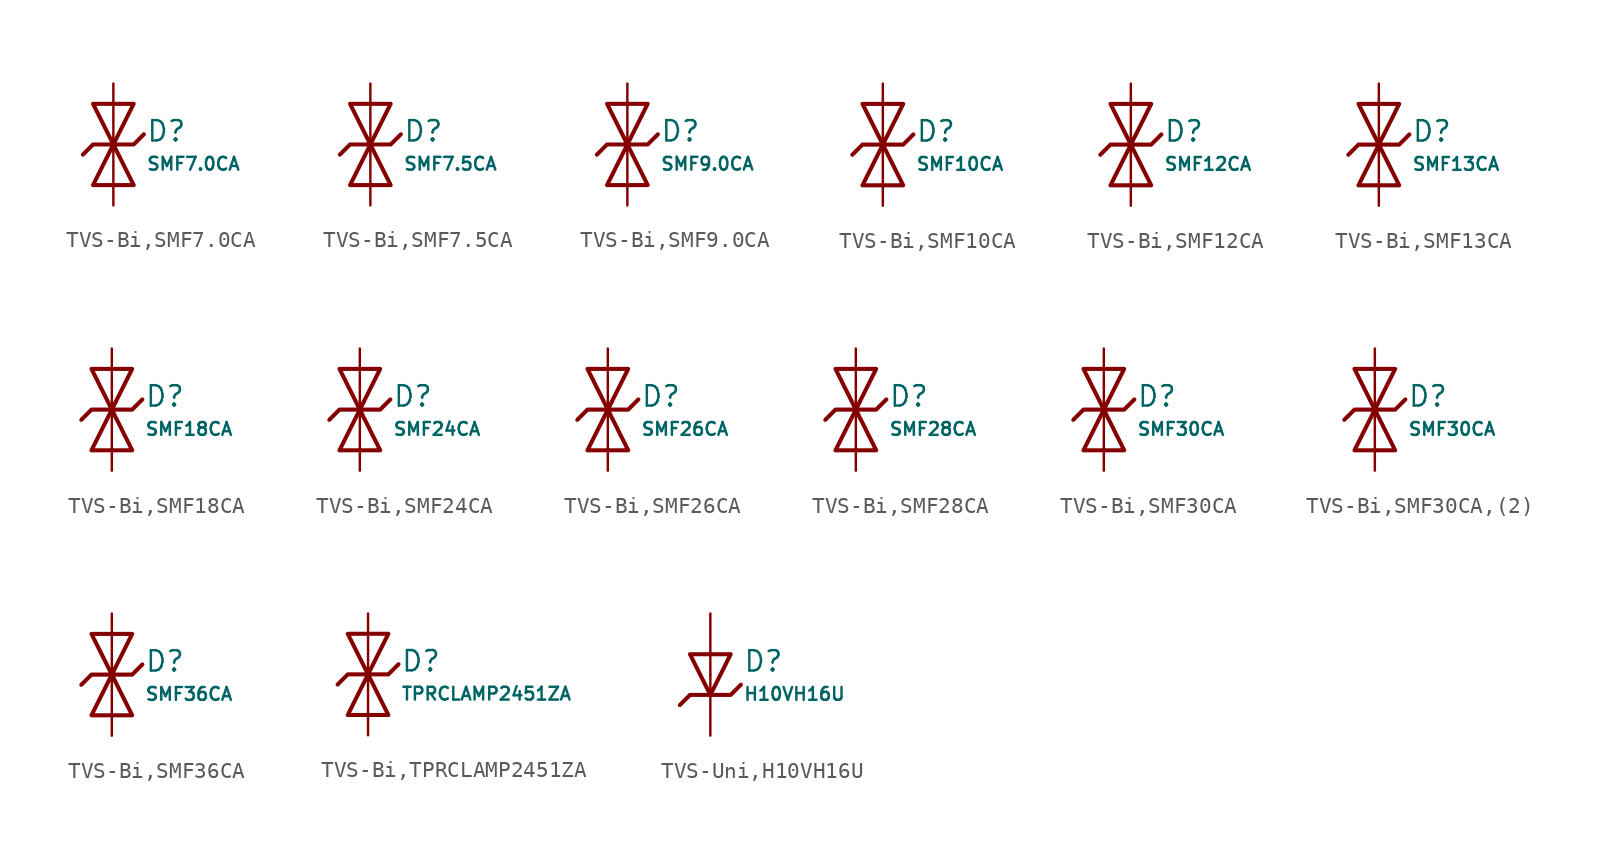
<source format=kicad_sym>
(kicad_symbol_lib
  (version 20231120)
  (generator "CDFER")
  (generator_version "8.0")
  (symbol "TVS-Bi,SMF7.0CA"
    (pin_numbers hide)
    (pin_names
      (offset 0))
    (property "Reference" "D"
      (at 2.032 0.834 0)
      (effects (font (size 1.27 1.27)) (justify left)))
    (property "Value" "SMF7.0CA"
      (at 2.032 -1.212 0)
      (effects (font (size 0.8 0.8)) (justify left)))
    (symbol "TVS-Bi,SMF7.0CA_0_1"
      (polyline (pts (xy -1.27 2.54) (xy 0 0) (xy 1.27 2.54) (xy -1.27 2.54)) (stroke (width 0.254) (type default)) (fill (type none))))
    (symbol "TVS-Bi,SMF7.0CA_0_1"
      (polyline (pts (xy 1.27 -2.54) (xy 0 0) (xy -1.27 -2.54) (xy 1.27 -2.54)) (stroke (width 0.254) (type default)) (fill (type none))))
    (symbol "TVS-Bi,SMF7.0CA_0_1"
      (polyline (pts (xy -1.905 -0.635) (xy -1.27 0) (xy 1.27 0) (xy 1.905 0.635)) (stroke (width 0.254) (type default)) (fill (type none))))
    (symbol "TVS-Bi,SMF7.0CA_1_1"
      (pin passive line (at 0 3.81 270) (length 3.81) (name "~" (effects (font (size 1.27 1.27)))) (number "2" (effects (font (size 1.27 1.27)))))
      (pin passive line (at 0 -3.81 90) (length 3.81) (name "~" (effects (font (size 1.27 1.27)))) (number "1" (effects (font (size 1.27 1.27)))))))
  (symbol "TVS-Bi,SMF7.5CA"
    (pin_numbers hide)
    (pin_names
      (offset 0))
    (property "Reference" "D"
      (at 2.032 0.834 0)
      (effects (font (size 1.27 1.27)) (justify left)))
    (property "Value" "SMF7.5CA"
      (at 2.032 -1.212 0)
      (effects (font (size 0.8 0.8)) (justify left)))
    (symbol "TVS-Bi,SMF7.5CA_0_1"
      (polyline (pts (xy -1.27 2.54) (xy 0 0) (xy 1.27 2.54) (xy -1.27 2.54)) (stroke (width 0.254) (type default)) (fill (type none))))
    (symbol "TVS-Bi,SMF7.5CA_0_1"
      (polyline (pts (xy 1.27 -2.54) (xy 0 0) (xy -1.27 -2.54) (xy 1.27 -2.54)) (stroke (width 0.254) (type default)) (fill (type none))))
    (symbol "TVS-Bi,SMF7.5CA_0_1"
      (polyline (pts (xy -1.905 -0.635) (xy -1.27 0) (xy 1.27 0) (xy 1.905 0.635)) (stroke (width 0.254) (type default)) (fill (type none))))
    (symbol "TVS-Bi,SMF7.5CA_1_1"
      (pin passive line (at 0 3.81 270) (length 3.81) (name "~" (effects (font (size 1.27 1.27)))) (number "2" (effects (font (size 1.27 1.27)))))
      (pin passive line (at 0 -3.81 90) (length 3.81) (name "~" (effects (font (size 1.27 1.27)))) (number "1" (effects (font (size 1.27 1.27)))))))
  (symbol "TVS-Bi,SMF9.0CA"
    (pin_numbers hide)
    (pin_names
      (offset 0))
    (property "Reference" "D"
      (at 2.032 0.834 0)
      (effects (font (size 1.27 1.27)) (justify left)))
    (property "Value" "SMF9.0CA"
      (at 2.032 -1.212 0)
      (effects (font (size 0.8 0.8)) (justify left)))
    (symbol "TVS-Bi,SMF9.0CA_0_1"
      (polyline (pts (xy -1.27 2.54) (xy 0 0) (xy 1.27 2.54) (xy -1.27 2.54)) (stroke (width 0.254) (type default)) (fill (type none))))
    (symbol "TVS-Bi,SMF9.0CA_0_1"
      (polyline (pts (xy 1.27 -2.54) (xy 0 0) (xy -1.27 -2.54) (xy 1.27 -2.54)) (stroke (width 0.254) (type default)) (fill (type none))))
    (symbol "TVS-Bi,SMF9.0CA_0_1"
      (polyline (pts (xy -1.905 -0.635) (xy -1.27 0) (xy 1.27 0) (xy 1.905 0.635)) (stroke (width 0.254) (type default)) (fill (type none))))
    (symbol "TVS-Bi,SMF9.0CA_1_1"
      (pin passive line (at 0 3.81 270) (length 3.81) (name "~" (effects (font (size 1.27 1.27)))) (number "2" (effects (font (size 1.27 1.27)))))
      (pin passive line (at 0 -3.81 90) (length 3.81) (name "~" (effects (font (size 1.27 1.27)))) (number "1" (effects (font (size 1.27 1.27)))))))
  (symbol "TVS-Bi,SMF10CA"
    (pin_numbers hide)
    (pin_names
      (offset 0))
    (property "Reference" "D"
      (at 2.032 0.834 0)
      (effects (font (size 1.27 1.27)) (justify left)))
    (property "Value" "SMF10CA"
      (at 2.032 -1.212 0)
      (effects (font (size 0.8 0.8)) (justify left)))
    (symbol "TVS-Bi,SMF10CA_0_1"
      (polyline (pts (xy -1.27 2.54) (xy 0 0) (xy 1.27 2.54) (xy -1.27 2.54)) (stroke (width 0.254) (type default)) (fill (type none))))
    (symbol "TVS-Bi,SMF10CA_0_1"
      (polyline (pts (xy 1.27 -2.54) (xy 0 0) (xy -1.27 -2.54) (xy 1.27 -2.54)) (stroke (width 0.254) (type default)) (fill (type none))))
    (symbol "TVS-Bi,SMF10CA_0_1"
      (polyline (pts (xy -1.905 -0.635) (xy -1.27 0) (xy 1.27 0) (xy 1.905 0.635)) (stroke (width 0.254) (type default)) (fill (type none))))
    (symbol "TVS-Bi,SMF10CA_1_1"
      (pin passive line (at 0 3.81 270) (length 3.81) (name "~" (effects (font (size 1.27 1.27)))) (number "2" (effects (font (size 1.27 1.27)))))
      (pin passive line (at 0 -3.81 90) (length 3.81) (name "~" (effects (font (size 1.27 1.27)))) (number "1" (effects (font (size 1.27 1.27)))))))
  (symbol "TVS-Bi,SMF12CA"
    (pin_numbers hide)
    (pin_names
      (offset 0))
    (property "Reference" "D"
      (at 2.032 0.834 0)
      (effects (font (size 1.27 1.27)) (justify left)))
    (property "Value" "SMF12CA"
      (at 2.032 -1.212 0)
      (effects (font (size 0.8 0.8)) (justify left)))
    (symbol "TVS-Bi,SMF12CA_0_1"
      (polyline (pts (xy -1.27 2.54) (xy 0 0) (xy 1.27 2.54) (xy -1.27 2.54)) (stroke (width 0.254) (type default)) (fill (type none))))
    (symbol "TVS-Bi,SMF12CA_0_1"
      (polyline (pts (xy 1.27 -2.54) (xy 0 0) (xy -1.27 -2.54) (xy 1.27 -2.54)) (stroke (width 0.254) (type default)) (fill (type none))))
    (symbol "TVS-Bi,SMF12CA_0_1"
      (polyline (pts (xy -1.905 -0.635) (xy -1.27 0) (xy 1.27 0) (xy 1.905 0.635)) (stroke (width 0.254) (type default)) (fill (type none))))
    (symbol "TVS-Bi,SMF12CA_1_1"
      (pin passive line (at 0 3.81 270) (length 3.81) (name "~" (effects (font (size 1.27 1.27)))) (number "2" (effects (font (size 1.27 1.27)))))
      (pin passive line (at 0 -3.81 90) (length 3.81) (name "~" (effects (font (size 1.27 1.27)))) (number "1" (effects (font (size 1.27 1.27)))))))
  (symbol "TVS-Bi,SMF13CA"
    (pin_numbers hide)
    (pin_names
      (offset 0))
    (property "Reference" "D"
      (at 2.032 0.834 0)
      (effects (font (size 1.27 1.27)) (justify left)))
    (property "Value" "SMF13CA"
      (at 2.032 -1.212 0)
      (effects (font (size 0.8 0.8)) (justify left)))
    (symbol "TVS-Bi,SMF13CA_0_1"
      (polyline (pts (xy -1.27 2.54) (xy 0 0) (xy 1.27 2.54) (xy -1.27 2.54)) (stroke (width 0.254) (type default)) (fill (type none))))
    (symbol "TVS-Bi,SMF13CA_0_1"
      (polyline (pts (xy 1.27 -2.54) (xy 0 0) (xy -1.27 -2.54) (xy 1.27 -2.54)) (stroke (width 0.254) (type default)) (fill (type none))))
    (symbol "TVS-Bi,SMF13CA_0_1"
      (polyline (pts (xy -1.905 -0.635) (xy -1.27 0) (xy 1.27 0) (xy 1.905 0.635)) (stroke (width 0.254) (type default)) (fill (type none))))
    (symbol "TVS-Bi,SMF13CA_1_1"
      (pin passive line (at 0 3.81 270) (length 3.81) (name "~" (effects (font (size 1.27 1.27)))) (number "2" (effects (font (size 1.27 1.27)))))
      (pin passive line (at 0 -3.81 90) (length 3.81) (name "~" (effects (font (size 1.27 1.27)))) (number "1" (effects (font (size 1.27 1.27)))))))
  (symbol "TVS-Bi,SMF18CA"
    (pin_numbers hide)
    (pin_names
      (offset 0))
    (property "Reference" "D"
      (at 2.032 0.834 0)
      (effects (font (size 1.27 1.27)) (justify left)))
    (property "Value" "SMF18CA"
      (at 2.032 -1.212 0)
      (effects (font (size 0.8 0.8)) (justify left)))
    (symbol "TVS-Bi,SMF18CA_0_1"
      (polyline (pts (xy -1.27 2.54) (xy 0 0) (xy 1.27 2.54) (xy -1.27 2.54)) (stroke (width 0.254) (type default)) (fill (type none))))
    (symbol "TVS-Bi,SMF18CA_0_1"
      (polyline (pts (xy 1.27 -2.54) (xy 0 0) (xy -1.27 -2.54) (xy 1.27 -2.54)) (stroke (width 0.254) (type default)) (fill (type none))))
    (symbol "TVS-Bi,SMF18CA_0_1"
      (polyline (pts (xy -1.905 -0.635) (xy -1.27 0) (xy 1.27 0) (xy 1.905 0.635)) (stroke (width 0.254) (type default)) (fill (type none))))
    (symbol "TVS-Bi,SMF18CA_1_1"
      (pin passive line (at 0 3.81 270) (length 3.81) (name "~" (effects (font (size 1.27 1.27)))) (number "2" (effects (font (size 1.27 1.27)))))
      (pin passive line (at 0 -3.81 90) (length 3.81) (name "~" (effects (font (size 1.27 1.27)))) (number "1" (effects (font (size 1.27 1.27)))))))
  (symbol "TVS-Bi,SMF24CA"
    (pin_numbers hide)
    (pin_names
      (offset 0))
    (property "Reference" "D"
      (at 2.032 0.834 0)
      (effects (font (size 1.27 1.27)) (justify left)))
    (property "Value" "SMF24CA"
      (at 2.032 -1.212 0)
      (effects (font (size 0.8 0.8)) (justify left)))
    (symbol "TVS-Bi,SMF24CA_0_1"
      (polyline (pts (xy -1.27 2.54) (xy 0 0) (xy 1.27 2.54) (xy -1.27 2.54)) (stroke (width 0.254) (type default)) (fill (type none))))
    (symbol "TVS-Bi,SMF24CA_0_1"
      (polyline (pts (xy 1.27 -2.54) (xy 0 0) (xy -1.27 -2.54) (xy 1.27 -2.54)) (stroke (width 0.254) (type default)) (fill (type none))))
    (symbol "TVS-Bi,SMF24CA_0_1"
      (polyline (pts (xy -1.905 -0.635) (xy -1.27 0) (xy 1.27 0) (xy 1.905 0.635)) (stroke (width 0.254) (type default)) (fill (type none))))
    (symbol "TVS-Bi,SMF24CA_1_1"
      (pin passive line (at 0 3.81 270) (length 3.81) (name "~" (effects (font (size 1.27 1.27)))) (number "2" (effects (font (size 1.27 1.27)))))
      (pin passive line (at 0 -3.81 90) (length 3.81) (name "~" (effects (font (size 1.27 1.27)))) (number "1" (effects (font (size 1.27 1.27)))))))
  (symbol "TVS-Bi,SMF26CA"
    (pin_numbers hide)
    (pin_names
      (offset 0))
    (property "Reference" "D"
      (at 2.032 0.834 0)
      (effects (font (size 1.27 1.27)) (justify left)))
    (property "Value" "SMF26CA"
      (at 2.032 -1.212 0)
      (effects (font (size 0.8 0.8)) (justify left)))
    (symbol "TVS-Bi,SMF26CA_0_1"
      (polyline (pts (xy -1.27 2.54) (xy 0 0) (xy 1.27 2.54) (xy -1.27 2.54)) (stroke (width 0.254) (type default)) (fill (type none))))
    (symbol "TVS-Bi,SMF26CA_0_1"
      (polyline (pts (xy 1.27 -2.54) (xy 0 0) (xy -1.27 -2.54) (xy 1.27 -2.54)) (stroke (width 0.254) (type default)) (fill (type none))))
    (symbol "TVS-Bi,SMF26CA_0_1"
      (polyline (pts (xy -1.905 -0.635) (xy -1.27 0) (xy 1.27 0) (xy 1.905 0.635)) (stroke (width 0.254) (type default)) (fill (type none))))
    (symbol "TVS-Bi,SMF26CA_1_1"
      (pin passive line (at 0 3.81 270) (length 3.81) (name "~" (effects (font (size 1.27 1.27)))) (number "2" (effects (font (size 1.27 1.27)))))
      (pin passive line (at 0 -3.81 90) (length 3.81) (name "~" (effects (font (size 1.27 1.27)))) (number "1" (effects (font (size 1.27 1.27)))))))
  (symbol "TVS-Bi,SMF28CA"
    (pin_numbers hide)
    (pin_names
      (offset 0))
    (property "Reference" "D"
      (at 2.032 0.834 0)
      (effects (font (size 1.27 1.27)) (justify left)))
    (property "Value" "SMF28CA"
      (at 2.032 -1.212 0)
      (effects (font (size 0.8 0.8)) (justify left)))
    (symbol "TVS-Bi,SMF28CA_0_1"
      (polyline (pts (xy -1.27 2.54) (xy 0 0) (xy 1.27 2.54) (xy -1.27 2.54)) (stroke (width 0.254) (type default)) (fill (type none))))
    (symbol "TVS-Bi,SMF28CA_0_1"
      (polyline (pts (xy 1.27 -2.54) (xy 0 0) (xy -1.27 -2.54) (xy 1.27 -2.54)) (stroke (width 0.254) (type default)) (fill (type none))))
    (symbol "TVS-Bi,SMF28CA_0_1"
      (polyline (pts (xy -1.905 -0.635) (xy -1.27 0) (xy 1.27 0) (xy 1.905 0.635)) (stroke (width 0.254) (type default)) (fill (type none))))
    (symbol "TVS-Bi,SMF28CA_1_1"
      (pin passive line (at 0 3.81 270) (length 3.81) (name "~" (effects (font (size 1.27 1.27)))) (number "2" (effects (font (size 1.27 1.27)))))
      (pin passive line (at 0 -3.81 90) (length 3.81) (name "~" (effects (font (size 1.27 1.27)))) (number "1" (effects (font (size 1.27 1.27)))))))
  (symbol "TVS-Bi,SMF30CA"
    (pin_numbers hide)
    (pin_names
      (offset 0))
    (property "Reference" "D"
      (at 2.032 0.834 0)
      (effects (font (size 1.27 1.27)) (justify left)))
    (property "Value" "SMF30CA"
      (at 2.032 -1.212 0)
      (effects (font (size 0.8 0.8)) (justify left)))
    (symbol "TVS-Bi,SMF30CA_0_1"
      (polyline (pts (xy -1.27 2.54) (xy 0 0) (xy 1.27 2.54) (xy -1.27 2.54)) (stroke (width 0.254) (type default)) (fill (type none))))
    (symbol "TVS-Bi,SMF30CA_0_1"
      (polyline (pts (xy 1.27 -2.54) (xy 0 0) (xy -1.27 -2.54) (xy 1.27 -2.54)) (stroke (width 0.254) (type default)) (fill (type none))))
    (symbol "TVS-Bi,SMF30CA_0_1"
      (polyline (pts (xy -1.905 -0.635) (xy -1.27 0) (xy 1.27 0) (xy 1.905 0.635)) (stroke (width 0.254) (type default)) (fill (type none))))
    (symbol "TVS-Bi,SMF30CA_1_1"
      (pin passive line (at 0 3.81 270) (length 3.81) (name "~" (effects (font (size 1.27 1.27)))) (number "2" (effects (font (size 1.27 1.27)))))
      (pin passive line (at 0 -3.81 90) (length 3.81) (name "~" (effects (font (size 1.27 1.27)))) (number "1" (effects (font (size 1.27 1.27)))))))
  (symbol "TVS-Bi,SMF30CA,(2)"
    (pin_numbers hide)
    (pin_names
      (offset 0))
    (property "Reference" "D"
      (at 2.032 0.834 0)
      (effects (font (size 1.27 1.27)) (justify left)))
    (property "Value" "SMF30CA"
      (at 2.032 -1.212 0)
      (effects (font (size 0.8 0.8)) (justify left)))
    (symbol "TVS-Bi,SMF30CA,(2)_0_1"
      (polyline (pts (xy -1.27 2.54) (xy 0 0) (xy 1.27 2.54) (xy -1.27 2.54)) (stroke (width 0.254) (type default)) (fill (type none))))
    (symbol "TVS-Bi,SMF30CA,(2)_0_1"
      (polyline (pts (xy 1.27 -2.54) (xy 0 0) (xy -1.27 -2.54) (xy 1.27 -2.54)) (stroke (width 0.254) (type default)) (fill (type none))))
    (symbol "TVS-Bi,SMF30CA,(2)_0_1"
      (polyline (pts (xy -1.905 -0.635) (xy -1.27 0) (xy 1.27 0) (xy 1.905 0.635)) (stroke (width 0.254) (type default)) (fill (type none))))
    (symbol "TVS-Bi,SMF30CA,(2)_1_1"
      (pin passive line (at 0 3.81 270) (length 3.81) (name "~" (effects (font (size 1.27 1.27)))) (number "2" (effects (font (size 1.27 1.27)))))
      (pin passive line (at 0 -3.81 90) (length 3.81) (name "~" (effects (font (size 1.27 1.27)))) (number "1" (effects (font (size 1.27 1.27)))))))
  (symbol "TVS-Bi,SMF36CA"
    (pin_numbers hide)
    (pin_names
      (offset 0))
    (property "Reference" "D"
      (at 2.032 0.834 0)
      (effects (font (size 1.27 1.27)) (justify left)))
    (property "Value" "SMF36CA"
      (at 2.032 -1.212 0)
      (effects (font (size 0.8 0.8)) (justify left)))
    (symbol "TVS-Bi,SMF36CA_0_1"
      (polyline (pts (xy -1.27 2.54) (xy 0 0) (xy 1.27 2.54) (xy -1.27 2.54)) (stroke (width 0.254) (type default)) (fill (type none))))
    (symbol "TVS-Bi,SMF36CA_0_1"
      (polyline (pts (xy 1.27 -2.54) (xy 0 0) (xy -1.27 -2.54) (xy 1.27 -2.54)) (stroke (width 0.254) (type default)) (fill (type none))))
    (symbol "TVS-Bi,SMF36CA_0_1"
      (polyline (pts (xy -1.905 -0.635) (xy -1.27 0) (xy 1.27 0) (xy 1.905 0.635)) (stroke (width 0.254) (type default)) (fill (type none))))
    (symbol "TVS-Bi,SMF36CA_1_1"
      (pin passive line (at 0 3.81 270) (length 3.81) (name "~" (effects (font (size 1.27 1.27)))) (number "2" (effects (font (size 1.27 1.27)))))
      (pin passive line (at 0 -3.81 90) (length 3.81) (name "~" (effects (font (size 1.27 1.27)))) (number "1" (effects (font (size 1.27 1.27)))))))
  (symbol "TVS-Bi,TPRCLAMP2451ZA"
    (pin_numbers hide)
    (pin_names
      (offset 0))
    (property "Reference" "D"
      (at 2.032 0.834 0)
      (effects (font (size 1.27 1.27)) (justify left)))
    (property "Value" "TPRCLAMP2451ZA"
      (at 2.032 -1.212 0)
      (effects (font (size 0.8 0.8)) (justify left)))
    (symbol "TVS-Bi,TPRCLAMP2451ZA_0_1"
      (polyline (pts (xy -1.27 2.54) (xy 0 0) (xy 1.27 2.54) (xy -1.27 2.54)) (stroke (width 0.254) (type default)) (fill (type none))))
    (symbol "TVS-Bi,TPRCLAMP2451ZA_0_1"
      (polyline (pts (xy 1.27 -2.54) (xy 0 0) (xy -1.27 -2.54) (xy 1.27 -2.54)) (stroke (width 0.254) (type default)) (fill (type none))))
    (symbol "TVS-Bi,TPRCLAMP2451ZA_0_1"
      (polyline (pts (xy -1.905 -0.635) (xy -1.27 0) (xy 1.27 0) (xy 1.905 0.635)) (stroke (width 0.254) (type default)) (fill (type none))))
    (symbol "TVS-Bi,TPRCLAMP2451ZA_1_1"
      (pin passive line (at 0 3.81 270) (length 3.81) (name "~" (effects (font (size 1.27 1.27)))) (number "2" (effects (font (size 1.27 1.27)))))
      (pin passive line (at 0 -3.81 90) (length 3.81) (name "~" (effects (font (size 1.27 1.27)))) (number "1" (effects (font (size 1.27 1.27)))))))
  (symbol "TVS-Uni,H10VH16U"
    (pin_numbers hide)
    (pin_names
      (offset 0))
    (property "Reference" "D"
      (at 2.032 0.834 0)
      (effects (font (size 1.27 1.27)) (justify left)))
    (property "Value" "H10VH16U"
      (at 2.032 -1.212 0)
      (effects (font (size 0.8 0.8)) (justify left)))
    (symbol "TVS-Uni,H10VH16U_0_1"
      (polyline (pts (xy -1.27 1.27) (xy 0.00 -1.27) (xy 1.27 1.27) (xy -1.27 1.27)) (stroke (width 0.254) (type default)) (fill (type none))))
    (symbol "TVS-Uni,H10VH16U_0_1"
      (polyline (pts (xy -1.905 -1.905) (xy -1.27 -1.27) (xy 1.27 -1.27) (xy 1.905 -0.635)) (stroke (width 0.254) (type default)) (fill (type none))))
    (symbol "TVS-Uni,H10VH16U_1_1"
      (pin passive line (at 0 3.81 270) (length 3.81) (name "~" (effects (font (size 1.27 1.27)))) (number "2" (effects (font (size 1.27 1.27)))))
      (pin passive line (at 0 -3.81 90) (length 3.81) (name "~" (effects (font (size 1.27 1.27)))) (number "1" (effects (font (size 1.27 1.27))))))))
</source>
